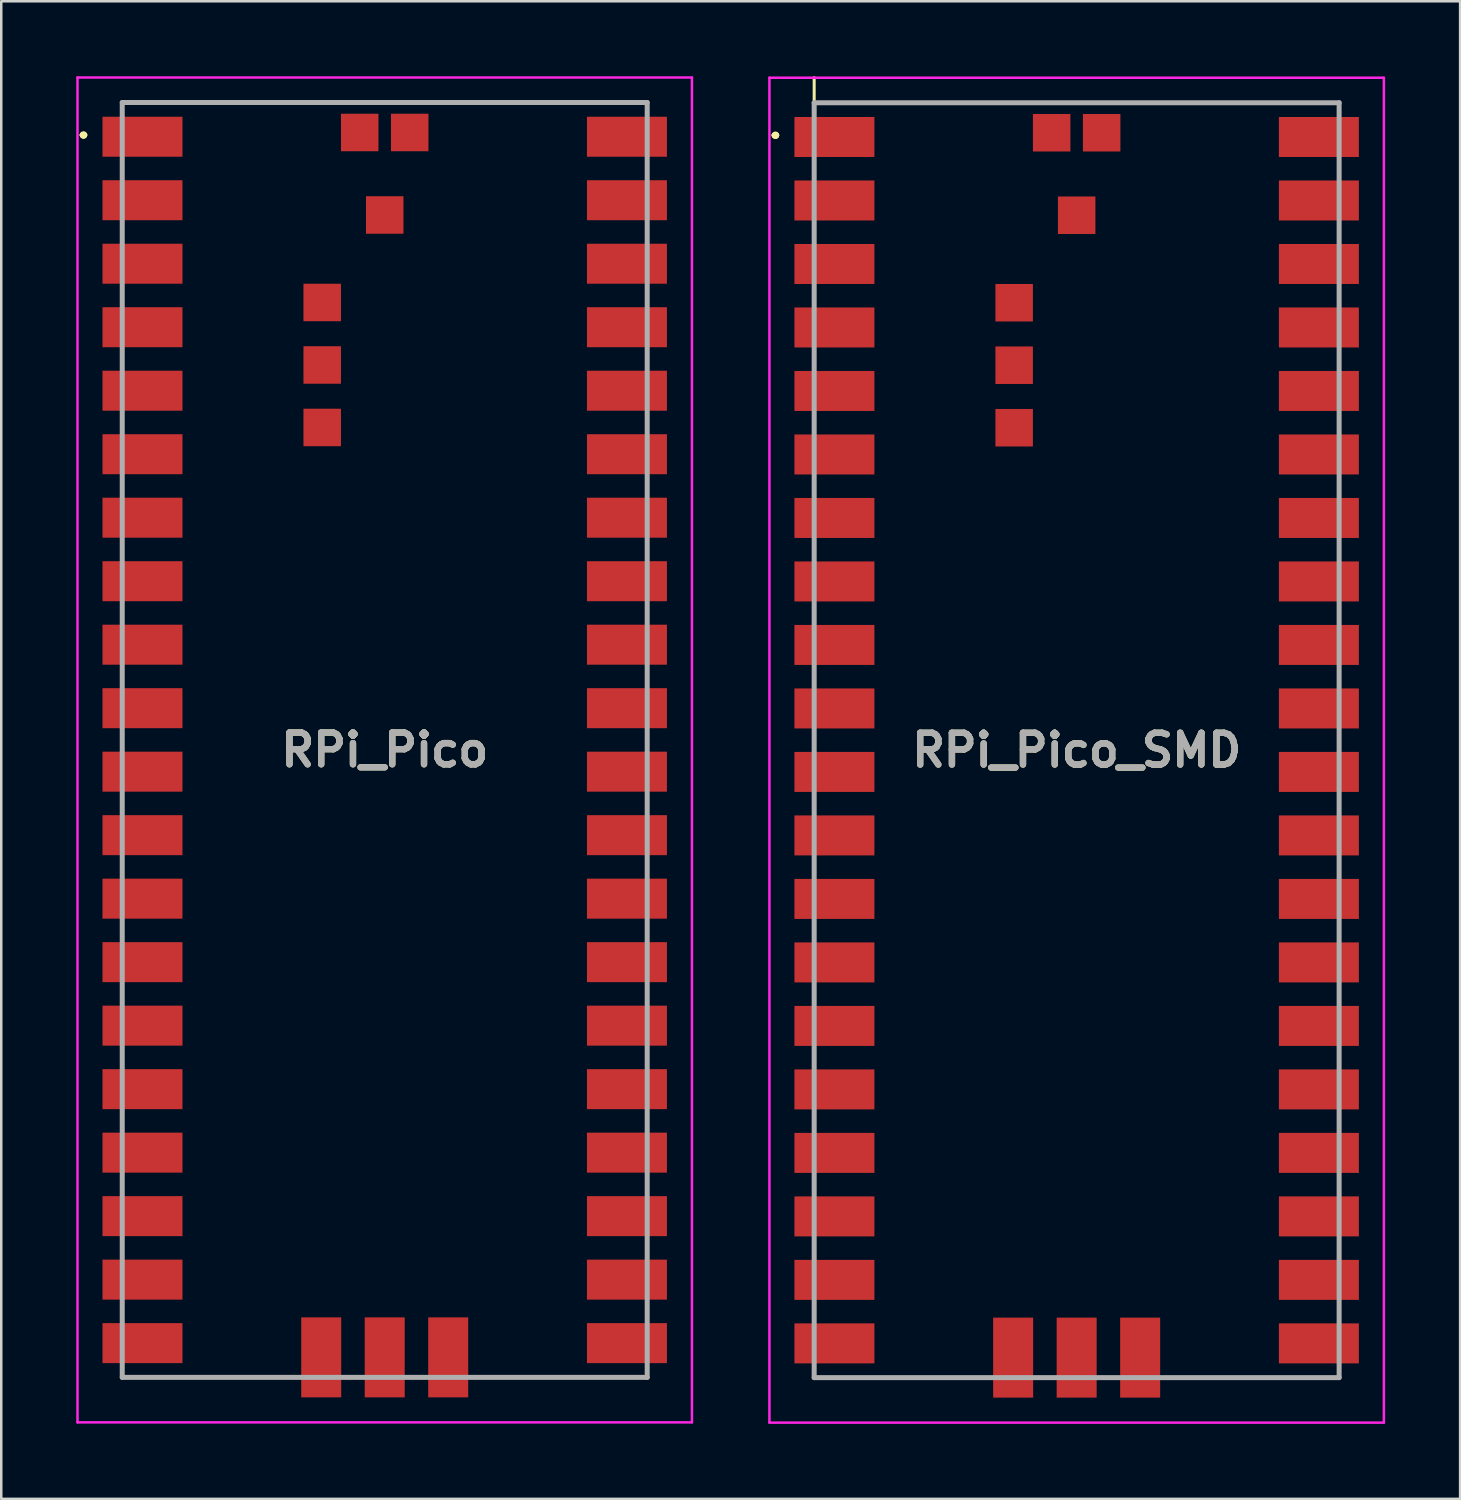
<source format=kicad_pcb>
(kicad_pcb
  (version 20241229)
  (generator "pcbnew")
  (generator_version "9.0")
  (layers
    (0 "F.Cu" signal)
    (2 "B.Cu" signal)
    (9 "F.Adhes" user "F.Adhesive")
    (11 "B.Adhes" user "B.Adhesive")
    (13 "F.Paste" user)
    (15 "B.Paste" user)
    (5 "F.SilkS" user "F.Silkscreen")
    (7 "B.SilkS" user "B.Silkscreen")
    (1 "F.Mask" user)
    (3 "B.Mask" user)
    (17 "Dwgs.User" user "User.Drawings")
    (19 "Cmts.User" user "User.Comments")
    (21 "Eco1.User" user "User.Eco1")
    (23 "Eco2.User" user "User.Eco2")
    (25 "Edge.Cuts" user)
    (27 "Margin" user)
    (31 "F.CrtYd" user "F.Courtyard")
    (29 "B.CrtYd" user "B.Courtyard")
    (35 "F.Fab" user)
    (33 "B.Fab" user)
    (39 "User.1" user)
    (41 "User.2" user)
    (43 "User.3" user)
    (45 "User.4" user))
  (footprint "RPi_Pico"
    (layer "F.Cu")
    (at 1.84 52.05)
    (property "Reference" "RPi_Pico" (at 10.5 -25.1 0) (layer "F.SilkS") (effects (font (size 1.27 1.27) (thickness 0.254))))
    (attr smd)
    (fp_line (start -1.6 -49.7) (end -1.6 -49.7) (stroke (width 0.2) (type solid)) (layer "F.SilkS"))
    (fp_line (start -1.6 -49.7) (end -1.6 -49.7) (stroke (width 0.2) (type solid)) (layer "F.SilkS"))
    (fp_line (start -1.5 -49.7) (end -1.5 -49.7) (stroke (width 0.2) (type solid)) (layer "F.SilkS"))
    (fp_line (start 0 -51) (end 0 -51) (stroke (width 0.1) (type solid)) (layer "F.SilkS"))
    (fp_line (start 0 -51) (end 21 -51) (stroke (width 0.1) (type solid)) (layer "F.SilkS"))
    (fp_line (start 0 0) (end 0 0) (stroke (width 0.1) (type solid)) (layer "F.SilkS"))
    (fp_line (start 0 0) (end 6.5 0) (stroke (width 0.1) (type solid)) (layer "F.SilkS"))
    (fp_line (start 6.5 0) (end 0 0) (stroke (width 0.1) (type solid)) (layer "F.SilkS"))
    (fp_line (start 6.5 0) (end 6.5 0) (stroke (width 0.1) (type solid)) (layer "F.SilkS"))
    (fp_line (start 14.75 0) (end 14.75 0) (stroke (width 0.1) (type solid)) (layer "F.SilkS"))
    (fp_line (start 14.75 0) (end 21 0) (stroke (width 0.1) (type solid)) (layer "F.SilkS"))
    (fp_line (start 21 -51) (end 0 -51) (stroke (width 0.1) (type solid)) (layer "F.SilkS"))
    (fp_line (start 21 -51) (end 21 -51) (stroke (width 0.1) (type solid)) (layer "F.SilkS"))
    (fp_line (start 21 0) (end 14.75 0) (stroke (width 0.1) (type solid)) (layer "F.SilkS"))
    (fp_line (start 21 0) (end 21 0) (stroke (width 0.1) (type solid)) (layer "F.SilkS"))
    (fp_arc (start -1.6 -49.7) (mid -1.55 -49.75) (end -1.5 -49.7) (stroke (width 0.2) (type solid)) (layer "F.SilkS"))
    (fp_arc (start -1.5 -49.7) (mid -1.55 -49.65) (end -1.6 -49.7) (stroke (width 0.2) (type solid)) (layer "F.SilkS"))
    (fp_arc (start -1.5 -49.7) (mid -1.55 -49.65) (end -1.6 -49.7) (stroke (width 0.2) (type solid)) (layer "F.SilkS"))
    (fp_line (start -1.79 -52) (end 22.79 -52) (stroke (width 0.1) (type solid)) (layer "F.CrtYd"))
    (fp_line (start -1.79 1.8) (end -1.79 -52) (stroke (width 0.1) (type solid)) (layer "F.CrtYd"))
    (fp_line (start 22.79 -52) (end 22.79 1.8) (stroke (width 0.1) (type solid)) (layer "F.CrtYd"))
    (fp_line (start 22.79 1.8) (end -1.79 1.8) (stroke (width 0.1) (type solid)) (layer "F.CrtYd"))
    (fp_line (start 0 -51) (end 0 0) (stroke (width 0.2) (type solid)) (layer "F.Fab"))
    (fp_line (start 0 0) (end 21 0) (stroke (width 0.2) (type solid)) (layer "F.Fab"))
    (fp_line (start 21 -51) (end 0 -51) (stroke (width 0.2) (type solid)) (layer "F.Fab"))
    (fp_line (start 21 0) (end 21 -51) (stroke (width 0.2) (type solid)) (layer "F.Fab"))
    (fp_text user "${REFERENCE}" (at 10.5 -25.1 0) (layer "F.Fab") (effects (font (size 1.27 1.27) (thickness 0.254))))
    (pad "1" smd rect (at 0.81 -49.63 90) (size 1.6 3.2) (layers "F.Cu" "F.Mask" "F.Paste"))
    (pad "2" smd rect (at 0.81 -47.09 90) (size 1.6 3.2) (layers "F.Cu" "F.Mask" "F.Paste"))
    (pad "3" smd rect (at 0.81 -44.55 90) (size 1.6 3.2) (layers "F.Cu" "F.Mask" "F.Paste"))
    (pad "4" smd rect (at 0.81 -42.01 90) (size 1.6 3.2) (layers "F.Cu" "F.Mask" "F.Paste"))
    (pad "5" smd rect (at 0.81 -39.47 90) (size 1.6 3.2) (layers "F.Cu" "F.Mask" "F.Paste"))
    (pad "6" smd rect (at 0.81 -36.93 90) (size 1.6 3.2) (layers "F.Cu" "F.Mask" "F.Paste"))
    (pad "7" smd rect (at 0.81 -34.39 90) (size 1.6 3.2) (layers "F.Cu" "F.Mask" "F.Paste"))
    (pad "8" smd rect (at 0.81 -31.85 90) (size 1.6 3.2) (layers "F.Cu" "F.Mask" "F.Paste"))
    (pad "9" smd rect (at 0.81 -29.31 90) (size 1.6 3.2) (layers "F.Cu" "F.Mask" "F.Paste"))
    (pad "10" smd rect (at 0.81 -26.77 90) (size 1.6 3.2) (layers "F.Cu" "F.Mask" "F.Paste"))
    (pad "11" smd rect (at 0.81 -24.23 90) (size 1.6 3.2) (layers "F.Cu" "F.Mask" "F.Paste"))
    (pad "12" smd rect (at 0.81 -21.69 90) (size 1.6 3.2) (layers "F.Cu" "F.Mask" "F.Paste"))
    (pad "13" smd rect (at 0.81 -19.15 90) (size 1.6 3.2) (layers "F.Cu" "F.Mask" "F.Paste"))
    (pad "14" smd rect (at 0.81 -16.61 90) (size 1.6 3.2) (layers "F.Cu" "F.Mask" "F.Paste"))
    (pad "15" smd rect (at 0.81 -14.07 90) (size 1.6 3.2) (layers "F.Cu" "F.Mask" "F.Paste"))
    (pad "16" smd rect (at 0.81 -11.53 90) (size 1.6 3.2) (layers "F.Cu" "F.Mask" "F.Paste"))
    (pad "17" smd rect (at 0.81 -8.99 90) (size 1.6 3.2) (layers "F.Cu" "F.Mask" "F.Paste"))
    (pad "18" smd rect (at 0.81 -6.45 90) (size 1.6 3.2) (layers "F.Cu" "F.Mask" "F.Paste"))
    (pad "19" smd rect (at 0.81 -3.91 90) (size 1.6 3.2) (layers "F.Cu" "F.Mask" "F.Paste"))
    (pad "20" smd rect (at 0.81 -1.37 90) (size 1.6 3.2) (layers "F.Cu" "F.Mask" "F.Paste"))
    (pad "21" smd rect (at 20.19 -1.37 90) (size 1.6 3.2) (layers "F.Cu" "F.Mask" "F.Paste"))
    (pad "22" smd rect (at 20.19 -3.91 90) (size 1.6 3.2) (layers "F.Cu" "F.Mask" "F.Paste"))
    (pad "23" smd rect (at 20.19 -6.45 90) (size 1.6 3.2) (layers "F.Cu" "F.Mask" "F.Paste"))
    (pad "24" smd rect (at 20.19 -8.99 90) (size 1.6 3.2) (layers "F.Cu" "F.Mask" "F.Paste"))
    (pad "25" smd rect (at 20.19 -11.53 90) (size 1.6 3.2) (layers "F.Cu" "F.Mask" "F.Paste"))
    (pad "26" smd rect (at 20.19 -14.07 90) (size 1.6 3.2) (layers "F.Cu" "F.Mask" "F.Paste"))
    (pad "27" smd rect (at 20.19 -16.61 90) (size 1.6 3.2) (layers "F.Cu" "F.Mask" "F.Paste"))
    (pad "28" smd rect (at 20.19 -19.15 90) (size 1.6 3.2) (layers "F.Cu" "F.Mask" "F.Paste"))
    (pad "29" smd rect (at 20.19 -21.69 90) (size 1.6 3.2) (layers "F.Cu" "F.Mask" "F.Paste"))
    (pad "30" smd rect (at 20.19 -24.23 90) (size 1.6 3.2) (layers "F.Cu" "F.Mask" "F.Paste"))
    (pad "31" smd rect (at 20.19 -26.77 90) (size 1.6 3.2) (layers "F.Cu" "F.Mask" "F.Paste"))
    (pad "32" smd rect (at 20.19 -29.31 90) (size 1.6 3.2) (layers "F.Cu" "F.Mask" "F.Paste"))
    (pad "33" smd rect (at 20.19 -31.85 90) (size 1.6 3.2) (layers "F.Cu" "F.Mask" "F.Paste"))
    (pad "34" smd rect (at 20.19 -34.39 90) (size 1.6 3.2) (layers "F.Cu" "F.Mask" "F.Paste"))
    (pad "35" smd rect (at 20.19 -36.93 90) (size 1.6 3.2) (layers "F.Cu" "F.Mask" "F.Paste"))
    (pad "36" smd rect (at 20.19 -39.47 90) (size 1.6 3.2) (layers "F.Cu" "F.Mask" "F.Paste"))
    (pad "37" smd rect (at 20.19 -42.01 90) (size 1.6 3.2) (layers "F.Cu" "F.Mask" "F.Paste"))
    (pad "38" smd rect (at 20.19 -44.55 90) (size 1.6 3.2) (layers "F.Cu" "F.Mask" "F.Paste"))
    (pad "39" smd rect (at 20.19 -47.09 90) (size 1.6 3.2) (layers "F.Cu" "F.Mask" "F.Paste"))
    (pad "40" smd rect (at 20.19 -49.63 90) (size 1.6 3.2) (layers "F.Cu" "F.Mask" "F.Paste"))
    (pad "D1" smd rect (at 7.96 -0.8) (size 1.6 3.2) (layers "F.Cu" "F.Mask" "F.Paste"))
    (pad "D2" smd rect (at 10.5 -0.8) (size 1.6 3.2) (layers "F.Cu" "F.Mask" "F.Paste"))
    (pad "D3" smd rect (at 13.04 -0.8) (size 1.6 3.2) (layers "F.Cu" "F.Mask" "F.Paste"))
    (pad "TP1" smd rect (at 10.5 -46.5 90) (size 1.5 1.5) (layers "F.Cu" "F.Mask" "F.Paste"))
    (pad "TP2" smd rect (at 11.5 -49.8 90) (size 1.5 1.5) (layers "F.Cu" "F.Mask" "F.Paste"))
    (pad "TP3" smd rect (at 9.5 -49.8 90) (size 1.5 1.5) (layers "F.Cu" "F.Mask" "F.Paste"))
    (pad "TP4" smd rect (at 8 -43 90) (size 1.5 1.5) (layers "F.Cu" "F.Mask" "F.Paste"))
    (pad "TP5" smd rect (at 8 -40.5 90) (size 1.5 1.5) (layers "F.Cu" "F.Mask" "F.Paste"))
    (pad "TP6" smd rect (at 8 -38 90) (size 1.5 1.5) (layers "F.Cu" "F.Mask" "F.Paste")))
  (footprint "RPi_Pico_SMD"
    (layer "F.Cu")
    (at 29.52 1.06)
    (property "Reference" "RPi_Pico_SMD" (at 10.5 25.9 0) (layer "F.SilkS") (effects (font (size 1.27 1.27) (thickness 0.254))))
    (attr smd)
    (fp_line (start -1.6 1.3) (end -1.6 1.3) (stroke (width 0.2) (type solid)) (layer "F.SilkS"))
    (fp_line (start -1.6 1.3) (end -1.6 1.3) (stroke (width 0.2) (type solid)) (layer "F.SilkS"))
    (fp_line (start -1.5 1.3) (end -1.5 1.3) (stroke (width 0.2) (type solid)) (layer "F.SilkS"))
    (fp_line (start 0 0) (end 0 -1) (stroke (width 0.12) (type solid)) (layer "F.SilkS"))
    (fp_line (start 0 0) (end 0 0) (stroke (width 0.1) (type solid)) (layer "F.SilkS"))
    (fp_line (start 0 0) (end 21 0) (stroke (width 0.1) (type solid)) (layer "F.SilkS"))
    (fp_line (start 0 51) (end 0 51) (stroke (width 0.1) (type solid)) (layer "F.SilkS"))
    (fp_line (start 0 51) (end 6.5 51) (stroke (width 0.1) (type solid)) (layer "F.SilkS"))
    (fp_line (start 6.5 51) (end 0 51) (stroke (width 0.1) (type solid)) (layer "F.SilkS"))
    (fp_line (start 6.5 51) (end 6.5 51) (stroke (width 0.1) (type solid)) (layer "F.SilkS"))
    (fp_line (start 14.75 51) (end 14.75 51) (stroke (width 0.1) (type solid)) (layer "F.SilkS"))
    (fp_line (start 14.75 51) (end 21 51) (stroke (width 0.1) (type solid)) (layer "F.SilkS"))
    (fp_line (start 21 0) (end 0 0) (stroke (width 0.1) (type solid)) (layer "F.SilkS"))
    (fp_line (start 21 0) (end 21 0) (stroke (width 0.1) (type solid)) (layer "F.SilkS"))
    (fp_line (start 21 51) (end 14.75 51) (stroke (width 0.1) (type solid)) (layer "F.SilkS"))
    (fp_line (start 21 51) (end 21 51) (stroke (width 0.1) (type solid)) (layer "F.SilkS"))
    (fp_arc (start -1.6 1.3) (mid -1.55 1.25) (end -1.5 1.3) (stroke (width 0.2) (type solid)) (layer "F.SilkS"))
    (fp_arc (start -1.5 1.3) (mid -1.55 1.35) (end -1.6 1.3) (stroke (width 0.2) (type solid)) (layer "F.SilkS"))
    (fp_arc (start -1.5 1.3) (mid -1.55 1.35) (end -1.6 1.3) (stroke (width 0.2) (type solid)) (layer "F.SilkS"))
    (fp_line (start -1.79 -1) (end 22.79 -1) (stroke (width 0.1) (type solid)) (layer "F.CrtYd"))
    (fp_line (start -1.79 52.8) (end -1.79 -1) (stroke (width 0.1) (type solid)) (layer "F.CrtYd"))
    (fp_line (start 22.79 -1) (end 22.79 52.8) (stroke (width 0.1) (type solid)) (layer "F.CrtYd"))
    (fp_line (start 22.79 52.8) (end -1.79 52.8) (stroke (width 0.1) (type solid)) (layer "F.CrtYd"))
    (fp_line (start 0 0) (end 0 51) (stroke (width 0.2) (type solid)) (layer "F.Fab"))
    (fp_line (start 0 51) (end 21 51) (stroke (width 0.2) (type solid)) (layer "F.Fab"))
    (fp_line (start 21 0) (end 0 0) (stroke (width 0.2) (type solid)) (layer "F.Fab"))
    (fp_line (start 21 51) (end 21 0) (stroke (width 0.2) (type solid)) (layer "F.Fab"))
    (fp_text user "${REFERENCE}" (at 10.5 25.9 0) (layer "F.Fab") (effects (font (size 1.27 1.27) (thickness 0.254))))
    (pad "1" smd rect (at 0.81 1.37 90) (size 1.6 3.2) (layers "F.Cu" "F.Mask" "F.Paste"))
    (pad "2" smd rect (at 0.81 3.91 90) (size 1.6 3.2) (layers "F.Cu" "F.Mask" "F.Paste"))
    (pad "3" smd rect (at 0.81 6.45 90) (size 1.6 3.2) (layers "F.Cu" "F.Mask" "F.Paste"))
    (pad "4" smd rect (at 0.81 8.99 90) (size 1.6 3.2) (layers "F.Cu" "F.Mask" "F.Paste"))
    (pad "5" smd rect (at 0.81 11.53 90) (size 1.6 3.2) (layers "F.Cu" "F.Mask" "F.Paste"))
    (pad "6" smd rect (at 0.81 14.07 90) (size 1.6 3.2) (layers "F.Cu" "F.Mask" "F.Paste"))
    (pad "7" smd rect (at 0.81 16.61 90) (size 1.6 3.2) (layers "F.Cu" "F.Mask" "F.Paste"))
    (pad "8" smd rect (at 0.81 19.15 90) (size 1.6 3.2) (layers "F.Cu" "F.Mask" "F.Paste"))
    (pad "9" smd rect (at 0.81 21.69 90) (size 1.6 3.2) (layers "F.Cu" "F.Mask" "F.Paste"))
    (pad "10" smd rect (at 0.81 24.23 90) (size 1.6 3.2) (layers "F.Cu" "F.Mask" "F.Paste"))
    (pad "11" smd rect (at 0.81 26.77 90) (size 1.6 3.2) (layers "F.Cu" "F.Mask" "F.Paste"))
    (pad "12" smd rect (at 0.81 29.31 90) (size 1.6 3.2) (layers "F.Cu" "F.Mask" "F.Paste"))
    (pad "13" smd rect (at 0.81 31.85 90) (size 1.6 3.2) (layers "F.Cu" "F.Mask" "F.Paste"))
    (pad "14" smd rect (at 0.81 34.39 90) (size 1.6 3.2) (layers "F.Cu" "F.Mask" "F.Paste"))
    (pad "15" smd rect (at 0.81 36.93 90) (size 1.6 3.2) (layers "F.Cu" "F.Mask" "F.Paste"))
    (pad "16" smd rect (at 0.81 39.47 90) (size 1.6 3.2) (layers "F.Cu" "F.Mask" "F.Paste"))
    (pad "17" smd rect (at 0.81 42.01 90) (size 1.6 3.2) (layers "F.Cu" "F.Mask" "F.Paste"))
    (pad "18" smd rect (at 0.81 44.55 90) (size 1.6 3.2) (layers "F.Cu" "F.Mask" "F.Paste"))
    (pad "19" smd rect (at 0.81 47.09 90) (size 1.6 3.2) (layers "F.Cu" "F.Mask" "F.Paste"))
    (pad "20" smd rect (at 0.81 49.63 90) (size 1.6 3.2) (layers "F.Cu" "F.Mask" "F.Paste"))
    (pad "21" smd rect (at 20.19 49.63 90) (size 1.6 3.2) (layers "F.Cu" "F.Mask" "F.Paste"))
    (pad "22" smd rect (at 20.19 47.09 90) (size 1.6 3.2) (layers "F.Cu" "F.Mask" "F.Paste"))
    (pad "23" smd rect (at 20.19 44.55 90) (size 1.6 3.2) (layers "F.Cu" "F.Mask" "F.Paste"))
    (pad "24" smd rect (at 20.19 42.01 90) (size 1.6 3.2) (layers "F.Cu" "F.Mask" "F.Paste"))
    (pad "25" smd rect (at 20.19 39.47 90) (size 1.6 3.2) (layers "F.Cu" "F.Mask" "F.Paste"))
    (pad "26" smd rect (at 20.19 36.93 90) (size 1.6 3.2) (layers "F.Cu" "F.Mask" "F.Paste"))
    (pad "27" smd rect (at 20.19 34.39 90) (size 1.6 3.2) (layers "F.Cu" "F.Mask" "F.Paste"))
    (pad "28" smd rect (at 20.19 31.85 90) (size 1.6 3.2) (layers "F.Cu" "F.Mask" "F.Paste"))
    (pad "29" smd rect (at 20.19 29.31 90) (size 1.6 3.2) (layers "F.Cu" "F.Mask" "F.Paste"))
    (pad "30" smd rect (at 20.19 26.77 90) (size 1.6 3.2) (layers "F.Cu" "F.Mask" "F.Paste"))
    (pad "31" smd rect (at 20.19 24.23 90) (size 1.6 3.2) (layers "F.Cu" "F.Mask" "F.Paste"))
    (pad "32" smd rect (at 20.19 21.69 90) (size 1.6 3.2) (layers "F.Cu" "F.Mask" "F.Paste"))
    (pad "33" smd rect (at 20.19 19.15 90) (size 1.6 3.2) (layers "F.Cu" "F.Mask" "F.Paste"))
    (pad "34" smd rect (at 20.19 16.61 90) (size 1.6 3.2) (layers "F.Cu" "F.Mask" "F.Paste"))
    (pad "35" smd rect (at 20.19 14.07 90) (size 1.6 3.2) (layers "F.Cu" "F.Mask" "F.Paste"))
    (pad "36" smd rect (at 20.19 11.53 90) (size 1.6 3.2) (layers "F.Cu" "F.Mask" "F.Paste"))
    (pad "37" smd rect (at 20.19 8.99 90) (size 1.6 3.2) (layers "F.Cu" "F.Mask" "F.Paste"))
    (pad "38" smd rect (at 20.19 6.45 90) (size 1.6 3.2) (layers "F.Cu" "F.Mask" "F.Paste"))
    (pad "39" smd rect (at 20.19 3.91 90) (size 1.6 3.2) (layers "F.Cu" "F.Mask" "F.Paste"))
    (pad "40" smd rect (at 20.19 1.37 90) (size 1.6 3.2) (layers "F.Cu" "F.Mask" "F.Paste"))
    (pad "D1" smd rect (at 7.96 50.2) (size 1.6 3.2) (layers "F.Cu" "F.Mask" "F.Paste"))
    (pad "D2" smd rect (at 10.5 50.2) (size 1.6 3.2) (layers "F.Cu" "F.Mask" "F.Paste"))
    (pad "D3" smd rect (at 13.04 50.2) (size 1.6 3.2) (layers "F.Cu" "F.Mask" "F.Paste"))
    (pad "TP1" smd rect (at 10.5 4.5 90) (size 1.5 1.5) (layers "F.Cu" "F.Mask" "F.Paste"))
    (pad "TP2" smd rect (at 11.5 1.2 90) (size 1.5 1.5) (layers "F.Cu" "F.Mask" "F.Paste"))
    (pad "TP3" smd rect (at 9.5 1.2 90) (size 1.5 1.5) (layers "F.Cu" "F.Mask" "F.Paste"))
    (pad "TP4" smd rect (at 8 8 90) (size 1.5 1.5) (layers "F.Cu" "F.Mask" "F.Paste"))
    (pad "TP5" smd rect (at 8 10.5 90) (size 1.5 1.5) (layers "F.Cu" "F.Mask" "F.Paste"))
    (pad "TP6" smd rect (at 8 13 90) (size 1.5 1.5) (layers "F.Cu" "F.Mask" "F.Paste")))
  (gr_rect
    (start -3 -3)
    (end 55.36 56.91)
    (stroke (width 0.1) (type default))
    (fill no)
    (layer "Edge.Cuts")))
</source>
